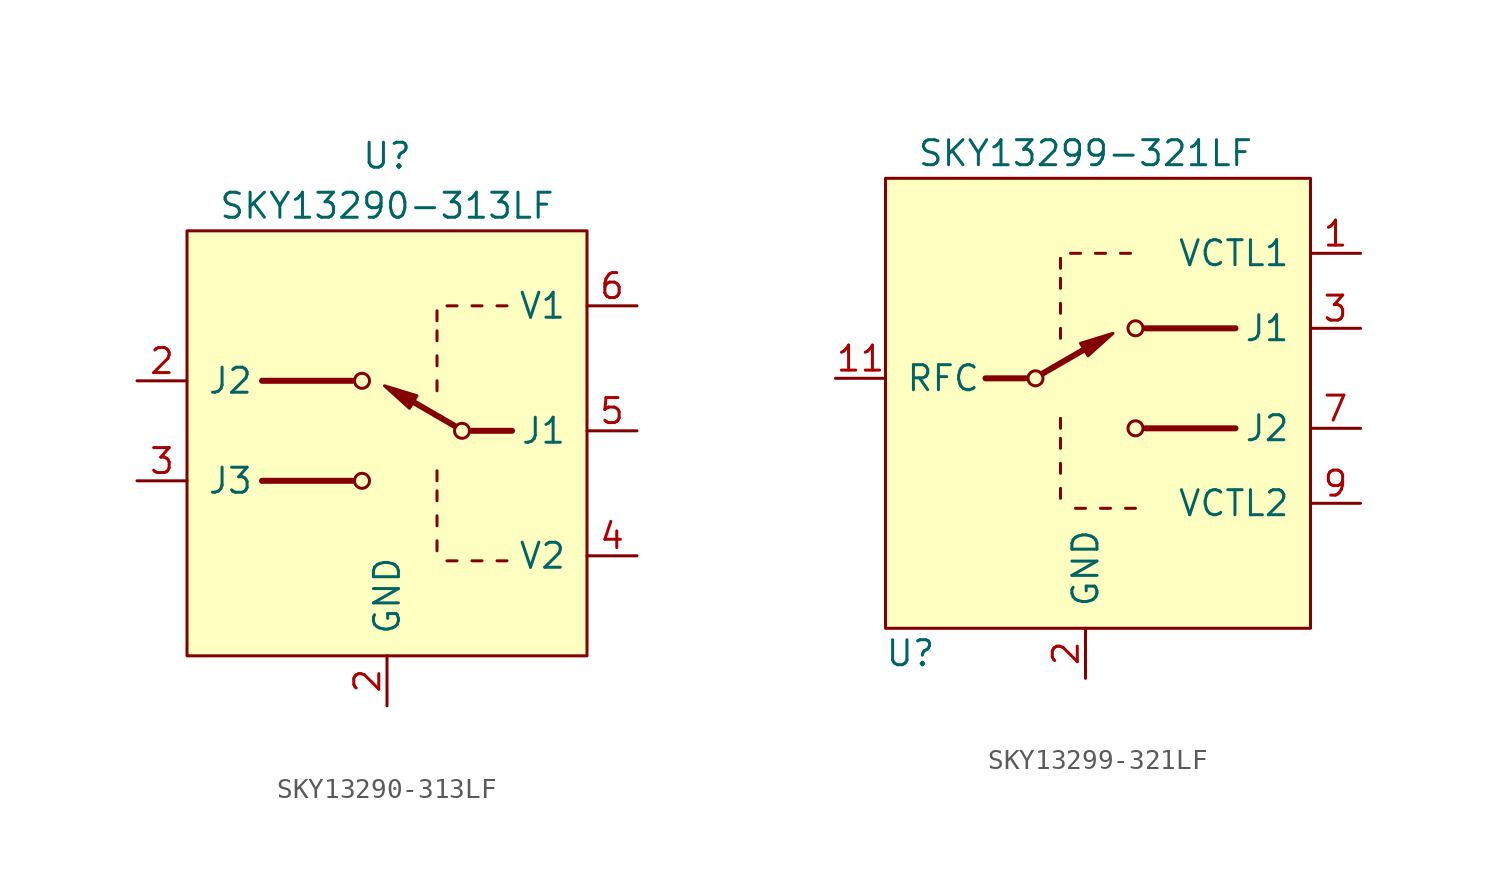
<source format=kicad_sym>
(kicad_symbol_lib
  (version 20211014)
  (generator kicad_symbol_editor)
  (symbol "SKY13290-313LF"
    (pin_names
      (offset 1.016))
    (property "Reference" "U"
      (at 0 13.97 0)
      (effects (font (size 1.27 1.27))))
    (property "Value" "SKY13290-313LF"
      (at 0 11.43 0)
      (effects (font (size 1.27 1.27))))
    (symbol "SKY13290-313LF_0_1"
      (circle (center -1.27 2.54) (radius 0.381) (stroke (width 0) (type default) (color 0 0 0 0)) (fill (type none)))
      (polyline (pts (xy 2.54 2.032) (xy 2.54 2.54)) (stroke (width 0) (type default) (color 0 0 0 0)) (fill (type none)))
      (polyline (pts (xy 2.54 3.302) (xy 2.54 3.81)) (stroke (width 0) (type default) (color 0 0 0 0)) (fill (type none)))
      (polyline (pts (xy 2.54 4.572) (xy 2.54 5.08)) (stroke (width 0) (type default) (color 0 0 0 0)) (fill (type none)))
      (polyline (pts (xy 2.54 5.588) (xy 2.54 6.096)) (stroke (width 0) (type default) (color 0 0 0 0)) (fill (type none)))
      (polyline (pts (xy 3.048 6.35) (xy 3.556 6.35)) (stroke (width 0) (type default) (color 0 0 0 0)) (fill (type none)))
      (polyline (pts (xy -0.127 2.286) (xy 1.143 1.143) (xy 1.524 1.778) (xy -0.127 2.286)) (stroke (width 0) (type default) (color 0 0 0 0)) (fill (type outline))))
    (symbol "SKY13290-313LF_1_1"
      (circle (center -1.27 -2.54) (radius 0.381) (stroke (width 0) (type default) (color 0 0 0 0)) (fill (type none)))
      (polyline (pts (xy -6.35 -2.54) (xy -1.778 -2.54)) (stroke (width 0.305) (type default) (color 0 0 0 0)) (fill (type none)))
      (polyline (pts (xy -1.778 2.54) (xy -6.35 2.54)) (stroke (width 0.305) (type default) (color 0 0 0 0)) (fill (type none)))
      (polyline (pts (xy 2.54 -6.096) (xy 2.54 -5.588)) (stroke (width 0) (type default) (color 0 0 0 0)) (fill (type none)))
      (polyline (pts (xy 2.54 -4.826) (xy 2.54 -4.318)) (stroke (width 0) (type default) (color 0 0 0 0)) (fill (type none)))
      (polyline (pts (xy 2.54 -3.556) (xy 2.54 -3.048)) (stroke (width 0) (type default) (color 0 0 0 0)) (fill (type none)))
      (polyline (pts (xy 2.54 -2.54) (xy 2.54 -2.032)) (stroke (width 0) (type default) (color 0 0 0 0)) (fill (type none)))
      (polyline (pts (xy 3.048 -6.604) (xy 3.556 -6.604)) (stroke (width 0) (type default) (color 0 0 0 0)) (fill (type none)))
      (polyline (pts (xy 3.429 0.254) (xy 1.016 1.651)) (stroke (width 0.305) (type default) (color 0 0 0 0)) (fill (type none)))
      (polyline (pts (xy 4.318 -6.604) (xy 4.826 -6.604)) (stroke (width 0) (type default) (color 0 0 0 0)) (fill (type none)))
      (polyline (pts (xy 4.318 6.35) (xy 4.826 6.35)) (stroke (width 0) (type default) (color 0 0 0 0)) (fill (type none)))
      (polyline (pts (xy 5.588 -6.604) (xy 6.096 -6.604)) (stroke (width 0) (type default) (color 0 0 0 0)) (fill (type none)))
      (polyline (pts (xy 5.588 6.35) (xy 6.096 6.35)) (stroke (width 0) (type default) (color 0 0 0 0)) (fill (type none)))
      (polyline (pts (xy 6.35 0) (xy 4.318 0)) (stroke (width 0.305) (type default) (color 0 0 0 0)) (fill (type none)))
      (circle (center 3.81 0) (radius 0.381) (stroke (width 0) (type default) (color 0 0 0 0)) (fill (type none)))
      (rectangle (start 10.16 10.16) (end -10.16 -11.43) (stroke (width 0) (type default) (color 0 0 0 0)) (fill (type background)))
      (pin power_in line (at 0 -13.97 90) (length 2.54) (name "GND" (effects (font (size 1.27 1.27)))) (number "2" (effects (font (size 1.27 1.27)))))
      (pin passive line (at -12.7 2.54 0) (length 2.54) (name "J2" (effects (font (size 1.27 1.27)))) (number "2" (effects (font (size 1.27 1.27)))))
      (pin passive line (at -12.7 -2.54 0) (length 2.54) (name "J3" (effects (font (size 1.27 1.27)))) (number "3" (effects (font (size 1.27 1.27)))))
      (pin input line (at 12.7 -6.35 180) (length 2.54) (name "V2" (effects (font (size 1.27 1.27)))) (number "4" (effects (font (size 1.27 1.27)))))
      (pin passive line (at 12.7 0 180) (length 2.54) (name "J1" (effects (font (size 1.27 1.27)))) (number "5" (effects (font (size 1.27 1.27)))))
      (pin input line (at 12.7 6.35 180) (length 2.54) (name "V1" (effects (font (size 1.27 1.27)))) (number "6" (effects (font (size 1.27 1.27)))))))
  (symbol "SKY13299-321LF"
    (pin_names
      (offset 1.016))
    (property "Reference" "U"
      (at -8.89 -13.97 0)
      (effects (font (size 1.27 1.27))))
    (property "Value" "SKY13299-321LF"
      (at 0 11.43 0)
      (effects (font (size 1.27 1.27))))
    (symbol "SKY13299-321LF_0_1"
      (rectangle (start -10.16 10.16) (end 11.43 -12.7) (stroke (width 0) (type default) (color 0 0 0 0)) (fill (type background))))
    (symbol "SKY13299-321LF_1_1"
      (circle (center -2.54 0) (radius 0.381) (stroke (width 0) (type default) (color 0 0 0 0)) (fill (type none)))
      (polyline (pts (xy -5.08 0) (xy -3.048 0)) (stroke (width 0.305) (type default) (color 0 0 0 0)) (fill (type none)))
      (polyline (pts (xy -2.159 0.254) (xy 0.254 1.651)) (stroke (width 0.305) (type default) (color 0 0 0 0)) (fill (type none)))
      (polyline (pts (xy -1.27 -6.096) (xy -1.27 -5.588)) (stroke (width 0) (type default) (color 0 0 0 0)) (fill (type none)))
      (polyline (pts (xy -1.27 -4.826) (xy -1.27 -4.318)) (stroke (width 0) (type default) (color 0 0 0 0)) (fill (type none)))
      (polyline (pts (xy -1.27 -3.556) (xy -1.27 -3.048)) (stroke (width 0) (type default) (color 0 0 0 0)) (fill (type none)))
      (polyline (pts (xy -1.27 -2.54) (xy -1.27 -2.032)) (stroke (width 0) (type default) (color 0 0 0 0)) (fill (type none)))
      (polyline (pts (xy -1.27 2.032) (xy -1.27 2.54)) (stroke (width 0) (type default) (color 0 0 0 0)) (fill (type none)))
      (polyline (pts (xy -1.27 3.302) (xy -1.27 3.81)) (stroke (width 0) (type default) (color 0 0 0 0)) (fill (type none)))
      (polyline (pts (xy -1.27 4.572) (xy -1.27 5.08)) (stroke (width 0) (type default) (color 0 0 0 0)) (fill (type none)))
      (polyline (pts (xy -1.27 5.588) (xy -1.27 6.096)) (stroke (width 0) (type default) (color 0 0 0 0)) (fill (type none)))
      (polyline (pts (xy -0.254 6.35) (xy -0.762 6.35)) (stroke (width 0) (type default) (color 0 0 0 0)) (fill (type none)))
      (polyline (pts (xy 0 -6.604) (xy -0.508 -6.604)) (stroke (width 0) (type default) (color 0 0 0 0)) (fill (type none)))
      (polyline (pts (xy 1.016 6.35) (xy 0.508 6.35)) (stroke (width 0) (type default) (color 0 0 0 0)) (fill (type none)))
      (polyline (pts (xy 1.27 -6.604) (xy 0.762 -6.604)) (stroke (width 0) (type default) (color 0 0 0 0)) (fill (type none)))
      (polyline (pts (xy 2.286 6.35) (xy 1.778 6.35)) (stroke (width 0) (type default) (color 0 0 0 0)) (fill (type none)))
      (polyline (pts (xy 2.54 -6.604) (xy 2.032 -6.604)) (stroke (width 0) (type default) (color 0 0 0 0)) (fill (type none)))
      (polyline (pts (xy 3.048 2.54) (xy 7.62 2.54)) (stroke (width 0.305) (type default) (color 0 0 0 0)) (fill (type none)))
      (polyline (pts (xy 7.62 -2.54) (xy 3.048 -2.54)) (stroke (width 0.305) (type default) (color 0 0 0 0)) (fill (type none)))
      (polyline (pts (xy 1.397 2.286) (xy 0.127 1.143) (xy -0.254 1.778) (xy 1.397 2.286)) (stroke (width 0) (type default) (color 0 0 0 0)) (fill (type outline)))
      (circle (center 2.54 -2.54) (radius 0.381) (stroke (width 0) (type default) (color 0 0 0 0)) (fill (type none)))
      (circle (center 2.54 2.54) (radius 0.381) (stroke (width 0) (type default) (color 0 0 0 0)) (fill (type none)))
      (pin input line (at 13.97 6.35 180) (length 2.54) (name "VCTL1" (effects (font (size 1.27 1.27)))) (number "1" (effects (font (size 1.27 1.27)))))
      (pin passive line (at 0 -15.24 90) (length 2.54) hide (name "GND" (effects (font (size 1.27 1.27)))) (number "10" (effects (font (size 1.27 1.27)))))
      (pin passive line (at -12.7 0 0) (length 2.54) (name "RFC" (effects (font (size 1.27 1.27)))) (number "11" (effects (font (size 1.27 1.27)))))
      (pin passive line (at 0 -15.24 90) (length 2.54) hide (name "GND" (effects (font (size 1.27 1.27)))) (number "12" (effects (font (size 1.27 1.27)))))
      (pin power_in line (at 0 -15.24 90) (length 2.54) (name "GND" (effects (font (size 1.27 1.27)))) (number "2" (effects (font (size 1.27 1.27)))))
      (pin passive line (at 13.97 2.54 180) (length 2.54) (name "J1" (effects (font (size 1.27 1.27)))) (number "3" (effects (font (size 1.27 1.27)))))
      (pin passive line (at 0 -15.24 90) (length 2.54) hide (name "GND" (effects (font (size 1.27 1.27)))) (number "4" (effects (font (size 1.27 1.27)))))
      (pin passive line (at 0 -15.24 90) (length 2.54) hide (name "GND" (effects (font (size 1.27 1.27)))) (number "5" (effects (font (size 1.27 1.27)))))
      (pin passive line (at 0 -15.24 90) (length 2.54) hide (name "GND" (effects (font (size 1.27 1.27)))) (number "6" (effects (font (size 1.27 1.27)))))
      (pin passive line (at 13.97 -2.54 180) (length 2.54) (name "J2" (effects (font (size 1.27 1.27)))) (number "7" (effects (font (size 1.27 1.27)))))
      (pin passive line (at 0 -15.24 90) (length 2.54) hide (name "GND" (effects (font (size 1.27 1.27)))) (number "8" (effects (font (size 1.27 1.27)))))
      (pin input line (at 13.97 -6.35 180) (length 2.54) (name "VCTL2" (effects (font (size 1.27 1.27)))) (number "9" (effects (font (size 1.27 1.27))))))))
</source>
